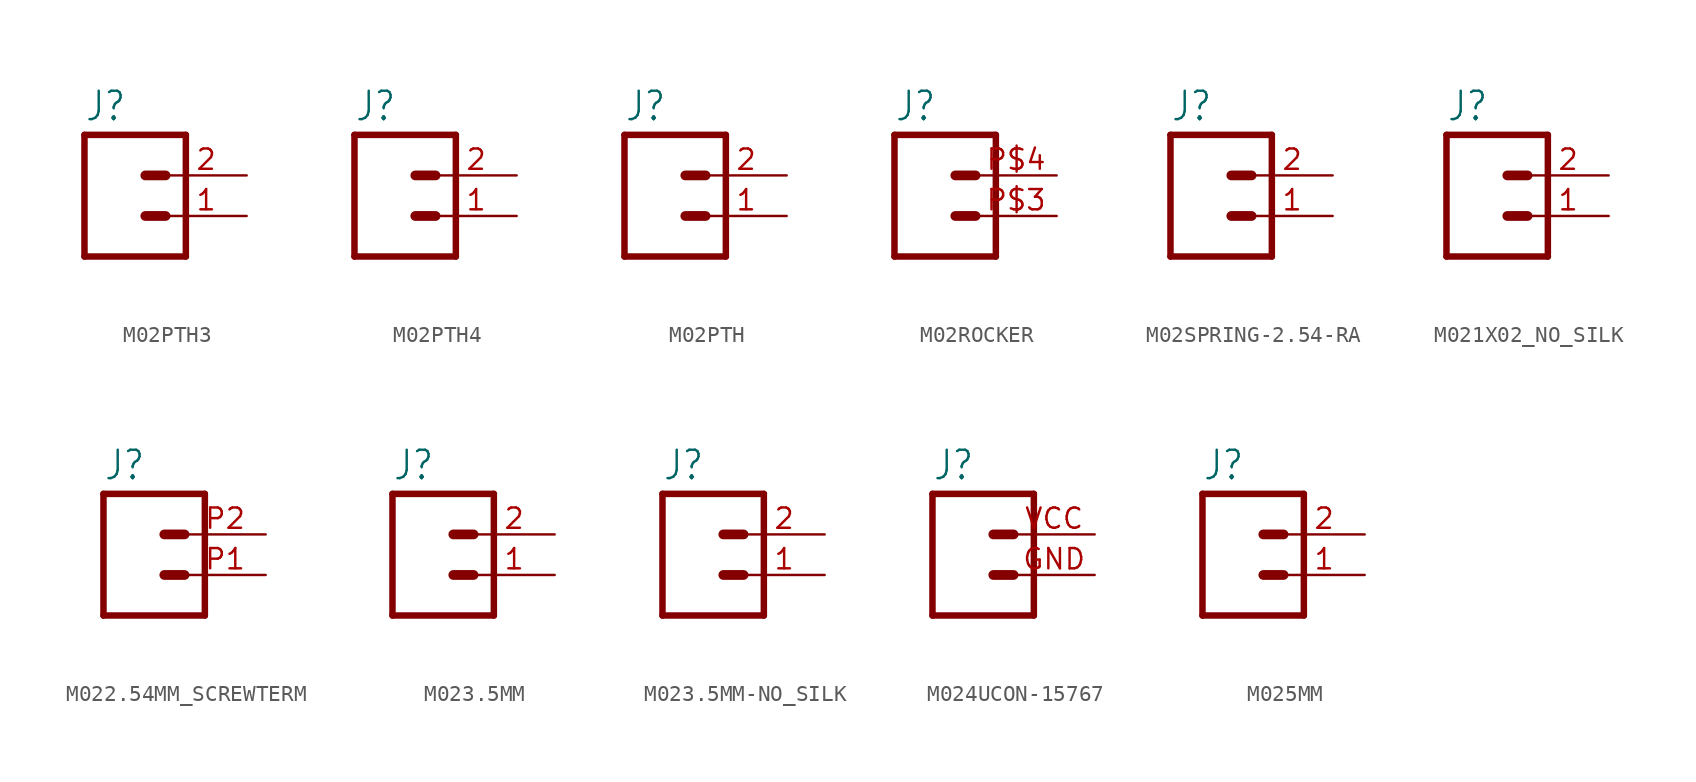
<source format=kicad_sym>
(kicad_symbol_lib
  (version 20231120)
  (generator "kicad_symbol_editor")
  (generator_version "8.0")
  (symbol "M02PTH3"
    (property "Reference" "J"
      (at -2.54 5.842 0)
      (effects (font (size 1.778 1.511)) (justify left bottom)))
    (property "Value" ""
      (at -2.54 -5.08 0)
      (effects (font (size 1.778 1.511)) (justify left bottom)))
    (property "ki_locked" ""
      (at 0 0 0)
      (effects (font (size 1.27 1.27))))
    (symbol "M02PTH3_1_0"
      (polyline (pts (xy -2.54 5.08) (xy -2.54 -2.54)) (stroke (width 0.406) (type solid)) (fill (type none)))
      (polyline (pts (xy -2.54 5.08) (xy 3.81 5.08)) (stroke (width 0.406) (type solid)) (fill (type none)))
      (polyline (pts (xy 1.27 0) (xy 2.54 0)) (stroke (width 0.61) (type solid)) (fill (type none)))
      (polyline (pts (xy 1.27 2.54) (xy 2.54 2.54)) (stroke (width 0.61) (type solid)) (fill (type none)))
      (polyline (pts (xy 3.81 -2.54) (xy -2.54 -2.54)) (stroke (width 0.406) (type solid)) (fill (type none)))
      (polyline (pts (xy 3.81 -2.54) (xy 3.81 5.08)) (stroke (width 0.406) (type solid)) (fill (type none)))
      (pin passive line (at 7.62 0 180) (length 5.08) (name "1" (effects (font (size 0 0)))) (number "1" (effects (font (size 1.27 1.27)))))
      (pin passive line (at 7.62 2.54 180) (length 5.08) (name "2" (effects (font (size 0 0)))) (number "2" (effects (font (size 1.27 1.27)))))))
  (symbol "M02PTH4"
    (property "Reference" "J"
      (at -2.54 5.842 0)
      (effects (font (size 1.778 1.511)) (justify left bottom)))
    (property "Value" ""
      (at -2.54 -5.08 0)
      (effects (font (size 1.778 1.511)) (justify left bottom)))
    (property "ki_locked" ""
      (at 0 0 0)
      (effects (font (size 1.27 1.27))))
    (symbol "M02PTH4_1_0"
      (polyline (pts (xy -2.54 5.08) (xy -2.54 -2.54)) (stroke (width 0.406) (type solid)) (fill (type none)))
      (polyline (pts (xy -2.54 5.08) (xy 3.81 5.08)) (stroke (width 0.406) (type solid)) (fill (type none)))
      (polyline (pts (xy 1.27 0) (xy 2.54 0)) (stroke (width 0.61) (type solid)) (fill (type none)))
      (polyline (pts (xy 1.27 2.54) (xy 2.54 2.54)) (stroke (width 0.61) (type solid)) (fill (type none)))
      (polyline (pts (xy 3.81 -2.54) (xy -2.54 -2.54)) (stroke (width 0.406) (type solid)) (fill (type none)))
      (polyline (pts (xy 3.81 -2.54) (xy 3.81 5.08)) (stroke (width 0.406) (type solid)) (fill (type none)))
      (pin passive line (at 7.62 0 180) (length 5.08) (name "1" (effects (font (size 0 0)))) (number "1" (effects (font (size 1.27 1.27)))))
      (pin passive line (at 7.62 2.54 180) (length 5.08) (name "2" (effects (font (size 0 0)))) (number "2" (effects (font (size 1.27 1.27)))))))
  (symbol "M02PTH"
    (property "Reference" "J"
      (at -2.54 5.842 0)
      (effects (font (size 1.778 1.511)) (justify left bottom)))
    (property "Value" ""
      (at -2.54 -5.08 0)
      (effects (font (size 1.778 1.511)) (justify left bottom)))
    (property "ki_locked" ""
      (at 0 0 0)
      (effects (font (size 1.27 1.27))))
    (symbol "M02PTH_1_0"
      (polyline (pts (xy -2.54 5.08) (xy -2.54 -2.54)) (stroke (width 0.406) (type solid)) (fill (type none)))
      (polyline (pts (xy -2.54 5.08) (xy 3.81 5.08)) (stroke (width 0.406) (type solid)) (fill (type none)))
      (polyline (pts (xy 1.27 0) (xy 2.54 0)) (stroke (width 0.61) (type solid)) (fill (type none)))
      (polyline (pts (xy 1.27 2.54) (xy 2.54 2.54)) (stroke (width 0.61) (type solid)) (fill (type none)))
      (polyline (pts (xy 3.81 -2.54) (xy -2.54 -2.54)) (stroke (width 0.406) (type solid)) (fill (type none)))
      (polyline (pts (xy 3.81 -2.54) (xy 3.81 5.08)) (stroke (width 0.406) (type solid)) (fill (type none)))
      (pin passive line (at 7.62 0 180) (length 5.08) (name "1" (effects (font (size 0 0)))) (number "1" (effects (font (size 1.27 1.27)))))
      (pin passive line (at 7.62 2.54 180) (length 5.08) (name "2" (effects (font (size 0 0)))) (number "2" (effects (font (size 1.27 1.27)))))))
  (symbol "M02ROCKER"
    (property "Reference" "J"
      (at -2.54 5.842 0)
      (effects (font (size 1.778 1.511)) (justify left bottom)))
    (property "Value" ""
      (at -2.54 -5.08 0)
      (effects (font (size 1.778 1.511)) (justify left bottom)))
    (property "ki_locked" ""
      (at 0 0 0)
      (effects (font (size 1.27 1.27))))
    (symbol "M02ROCKER_1_0"
      (polyline (pts (xy -2.54 5.08) (xy -2.54 -2.54)) (stroke (width 0.406) (type solid)) (fill (type none)))
      (polyline (pts (xy -2.54 5.08) (xy 3.81 5.08)) (stroke (width 0.406) (type solid)) (fill (type none)))
      (polyline (pts (xy 1.27 0) (xy 2.54 0)) (stroke (width 0.61) (type solid)) (fill (type none)))
      (polyline (pts (xy 1.27 2.54) (xy 2.54 2.54)) (stroke (width 0.61) (type solid)) (fill (type none)))
      (polyline (pts (xy 3.81 -2.54) (xy -2.54 -2.54)) (stroke (width 0.406) (type solid)) (fill (type none)))
      (polyline (pts (xy 3.81 -2.54) (xy 3.81 5.08)) (stroke (width 0.406) (type solid)) (fill (type none)))
      (pin passive line (at 7.62 0 180) (length 5.08) (name "1" (effects (font (size 0 0)))) (number "P$3" (effects (font (size 1.27 1.27)))))
      (pin passive line (at 7.62 2.54 180) (length 5.08) (name "2" (effects (font (size 0 0)))) (number "P$4" (effects (font (size 1.27 1.27)))))))
  (symbol "M02SPRING-2.54-RA"
    (property "Reference" "J"
      (at -2.54 5.842 0)
      (effects (font (size 1.778 1.511)) (justify left bottom)))
    (property "Value" ""
      (at -2.54 -5.08 0)
      (effects (font (size 1.778 1.511)) (justify left bottom)))
    (property "ki_locked" ""
      (at 0 0 0)
      (effects (font (size 1.27 1.27))))
    (symbol "M02SPRING-2.54-RA_1_0"
      (polyline (pts (xy -2.54 5.08) (xy -2.54 -2.54)) (stroke (width 0.406) (type solid)) (fill (type none)))
      (polyline (pts (xy -2.54 5.08) (xy 3.81 5.08)) (stroke (width 0.406) (type solid)) (fill (type none)))
      (polyline (pts (xy 1.27 0) (xy 2.54 0)) (stroke (width 0.61) (type solid)) (fill (type none)))
      (polyline (pts (xy 1.27 2.54) (xy 2.54 2.54)) (stroke (width 0.61) (type solid)) (fill (type none)))
      (polyline (pts (xy 3.81 -2.54) (xy -2.54 -2.54)) (stroke (width 0.406) (type solid)) (fill (type none)))
      (polyline (pts (xy 3.81 -2.54) (xy 3.81 5.08)) (stroke (width 0.406) (type solid)) (fill (type none)))
      (pin passive line (at 7.62 0 180) (length 5.08) (name "1" (effects (font (size 0 0)))) (number "1" (effects (font (size 1.27 1.27)))))
      (pin passive line (at 7.62 2.54 180) (length 5.08) (name "2" (effects (font (size 0 0)))) (number "2" (effects (font (size 1.27 1.27)))))))
  (symbol "M021X02_NO_SILK"
    (property "Reference" "J"
      (at -2.54 5.842 0)
      (effects (font (size 1.778 1.511)) (justify left bottom)))
    (property "Value" ""
      (at -2.54 -5.08 0)
      (effects (font (size 1.778 1.511)) (justify left bottom)))
    (property "ki_locked" ""
      (at 0 0 0)
      (effects (font (size 1.27 1.27))))
    (symbol "M021X02_NO_SILK_1_0"
      (polyline (pts (xy -2.54 5.08) (xy -2.54 -2.54)) (stroke (width 0.406) (type solid)) (fill (type none)))
      (polyline (pts (xy -2.54 5.08) (xy 3.81 5.08)) (stroke (width 0.406) (type solid)) (fill (type none)))
      (polyline (pts (xy 1.27 0) (xy 2.54 0)) (stroke (width 0.61) (type solid)) (fill (type none)))
      (polyline (pts (xy 1.27 2.54) (xy 2.54 2.54)) (stroke (width 0.61) (type solid)) (fill (type none)))
      (polyline (pts (xy 3.81 -2.54) (xy -2.54 -2.54)) (stroke (width 0.406) (type solid)) (fill (type none)))
      (polyline (pts (xy 3.81 -2.54) (xy 3.81 5.08)) (stroke (width 0.406) (type solid)) (fill (type none)))
      (pin passive line (at 7.62 0 180) (length 5.08) (name "1" (effects (font (size 0 0)))) (number "1" (effects (font (size 1.27 1.27)))))
      (pin passive line (at 7.62 2.54 180) (length 5.08) (name "2" (effects (font (size 0 0)))) (number "2" (effects (font (size 1.27 1.27)))))))
  (symbol "M022.54MM_SCREWTERM"
    (property "Reference" "J"
      (at -2.54 5.842 0)
      (effects (font (size 1.778 1.511)) (justify left bottom)))
    (property "Value" ""
      (at -2.54 -5.08 0)
      (effects (font (size 1.778 1.511)) (justify left bottom)))
    (property "ki_locked" ""
      (at 0 0 0)
      (effects (font (size 1.27 1.27))))
    (symbol "M022.54MM_SCREWTERM_1_0"
      (polyline (pts (xy -2.54 5.08) (xy -2.54 -2.54)) (stroke (width 0.406) (type solid)) (fill (type none)))
      (polyline (pts (xy -2.54 5.08) (xy 3.81 5.08)) (stroke (width 0.406) (type solid)) (fill (type none)))
      (polyline (pts (xy 1.27 0) (xy 2.54 0)) (stroke (width 0.61) (type solid)) (fill (type none)))
      (polyline (pts (xy 1.27 2.54) (xy 2.54 2.54)) (stroke (width 0.61) (type solid)) (fill (type none)))
      (polyline (pts (xy 3.81 -2.54) (xy -2.54 -2.54)) (stroke (width 0.406) (type solid)) (fill (type none)))
      (polyline (pts (xy 3.81 -2.54) (xy 3.81 5.08)) (stroke (width 0.406) (type solid)) (fill (type none)))
      (pin passive line (at 7.62 0 180) (length 5.08) (name "1" (effects (font (size 0 0)))) (number "P1" (effects (font (size 1.27 1.27)))))
      (pin passive line (at 7.62 2.54 180) (length 5.08) (name "2" (effects (font (size 0 0)))) (number "P2" (effects (font (size 1.27 1.27)))))))
  (symbol "M023.5MM"
    (property "Reference" "J"
      (at -2.54 5.842 0)
      (effects (font (size 1.778 1.511)) (justify left bottom)))
    (property "Value" ""
      (at -2.54 -5.08 0)
      (effects (font (size 1.778 1.511)) (justify left bottom)))
    (property "ki_locked" ""
      (at 0 0 0)
      (effects (font (size 1.27 1.27))))
    (symbol "M023.5MM_1_0"
      (polyline (pts (xy -2.54 5.08) (xy -2.54 -2.54)) (stroke (width 0.406) (type solid)) (fill (type none)))
      (polyline (pts (xy -2.54 5.08) (xy 3.81 5.08)) (stroke (width 0.406) (type solid)) (fill (type none)))
      (polyline (pts (xy 1.27 0) (xy 2.54 0)) (stroke (width 0.61) (type solid)) (fill (type none)))
      (polyline (pts (xy 1.27 2.54) (xy 2.54 2.54)) (stroke (width 0.61) (type solid)) (fill (type none)))
      (polyline (pts (xy 3.81 -2.54) (xy -2.54 -2.54)) (stroke (width 0.406) (type solid)) (fill (type none)))
      (polyline (pts (xy 3.81 -2.54) (xy 3.81 5.08)) (stroke (width 0.406) (type solid)) (fill (type none)))
      (pin passive line (at 7.62 0 180) (length 5.08) (name "1" (effects (font (size 0 0)))) (number "1" (effects (font (size 1.27 1.27)))))
      (pin passive line (at 7.62 2.54 180) (length 5.08) (name "2" (effects (font (size 0 0)))) (number "2" (effects (font (size 1.27 1.27)))))))
  (symbol "M023.5MM-NO_SILK"
    (property "Reference" "J"
      (at -2.54 5.842 0)
      (effects (font (size 1.778 1.511)) (justify left bottom)))
    (property "Value" ""
      (at -2.54 -5.08 0)
      (effects (font (size 1.778 1.511)) (justify left bottom)))
    (property "ki_locked" ""
      (at 0 0 0)
      (effects (font (size 1.27 1.27))))
    (symbol "M023.5MM-NO_SILK_1_0"
      (polyline (pts (xy -2.54 5.08) (xy -2.54 -2.54)) (stroke (width 0.406) (type solid)) (fill (type none)))
      (polyline (pts (xy -2.54 5.08) (xy 3.81 5.08)) (stroke (width 0.406) (type solid)) (fill (type none)))
      (polyline (pts (xy 1.27 0) (xy 2.54 0)) (stroke (width 0.61) (type solid)) (fill (type none)))
      (polyline (pts (xy 1.27 2.54) (xy 2.54 2.54)) (stroke (width 0.61) (type solid)) (fill (type none)))
      (polyline (pts (xy 3.81 -2.54) (xy -2.54 -2.54)) (stroke (width 0.406) (type solid)) (fill (type none)))
      (polyline (pts (xy 3.81 -2.54) (xy 3.81 5.08)) (stroke (width 0.406) (type solid)) (fill (type none)))
      (pin passive line (at 7.62 0 180) (length 5.08) (name "1" (effects (font (size 0 0)))) (number "1" (effects (font (size 1.27 1.27)))))
      (pin passive line (at 7.62 2.54 180) (length 5.08) (name "2" (effects (font (size 0 0)))) (number "2" (effects (font (size 1.27 1.27)))))))
  (symbol "M024UCON-15767"
    (property "Reference" "J"
      (at -2.54 5.842 0)
      (effects (font (size 1.778 1.511)) (justify left bottom)))
    (property "Value" ""
      (at -2.54 -5.08 0)
      (effects (font (size 1.778 1.511)) (justify left bottom)))
    (property "ki_locked" ""
      (at 0 0 0)
      (effects (font (size 1.27 1.27))))
    (symbol "M024UCON-15767_1_0"
      (polyline (pts (xy -2.54 5.08) (xy -2.54 -2.54)) (stroke (width 0.406) (type solid)) (fill (type none)))
      (polyline (pts (xy -2.54 5.08) (xy 3.81 5.08)) (stroke (width 0.406) (type solid)) (fill (type none)))
      (polyline (pts (xy 1.27 0) (xy 2.54 0)) (stroke (width 0.61) (type solid)) (fill (type none)))
      (polyline (pts (xy 1.27 2.54) (xy 2.54 2.54)) (stroke (width 0.61) (type solid)) (fill (type none)))
      (polyline (pts (xy 3.81 -2.54) (xy -2.54 -2.54)) (stroke (width 0.406) (type solid)) (fill (type none)))
      (polyline (pts (xy 3.81 -2.54) (xy 3.81 5.08)) (stroke (width 0.406) (type solid)) (fill (type none)))
      (pin passive line (at 7.62 0 180) (length 5.08) (name "1" (effects (font (size 0 0)))) (number "GND" (effects (font (size 1.27 1.27)))))
      (pin passive line (at 7.62 2.54 180) (length 5.08) (name "2" (effects (font (size 0 0)))) (number "VCC" (effects (font (size 1.27 1.27)))))))
  (symbol "M025MM"
    (property "Reference" "J"
      (at -2.54 5.842 0)
      (effects (font (size 1.778 1.511)) (justify left bottom)))
    (property "Value" ""
      (at -2.54 -5.08 0)
      (effects (font (size 1.778 1.511)) (justify left bottom)))
    (property "ki_locked" ""
      (at 0 0 0)
      (effects (font (size 1.27 1.27))))
    (symbol "M025MM_1_0"
      (polyline (pts (xy -2.54 5.08) (xy -2.54 -2.54)) (stroke (width 0.406) (type solid)) (fill (type none)))
      (polyline (pts (xy -2.54 5.08) (xy 3.81 5.08)) (stroke (width 0.406) (type solid)) (fill (type none)))
      (polyline (pts (xy 1.27 0) (xy 2.54 0)) (stroke (width 0.61) (type solid)) (fill (type none)))
      (polyline (pts (xy 1.27 2.54) (xy 2.54 2.54)) (stroke (width 0.61) (type solid)) (fill (type none)))
      (polyline (pts (xy 3.81 -2.54) (xy -2.54 -2.54)) (stroke (width 0.406) (type solid)) (fill (type none)))
      (polyline (pts (xy 3.81 -2.54) (xy 3.81 5.08)) (stroke (width 0.406) (type solid)) (fill (type none)))
      (pin passive line (at 7.62 0 180) (length 5.08) (name "1" (effects (font (size 0 0)))) (number "1" (effects (font (size 1.27 1.27)))))
      (pin passive line (at 7.62 2.54 180) (length 5.08) (name "2" (effects (font (size 0 0)))) (number "2" (effects (font (size 1.27 1.27))))))))
</source>
